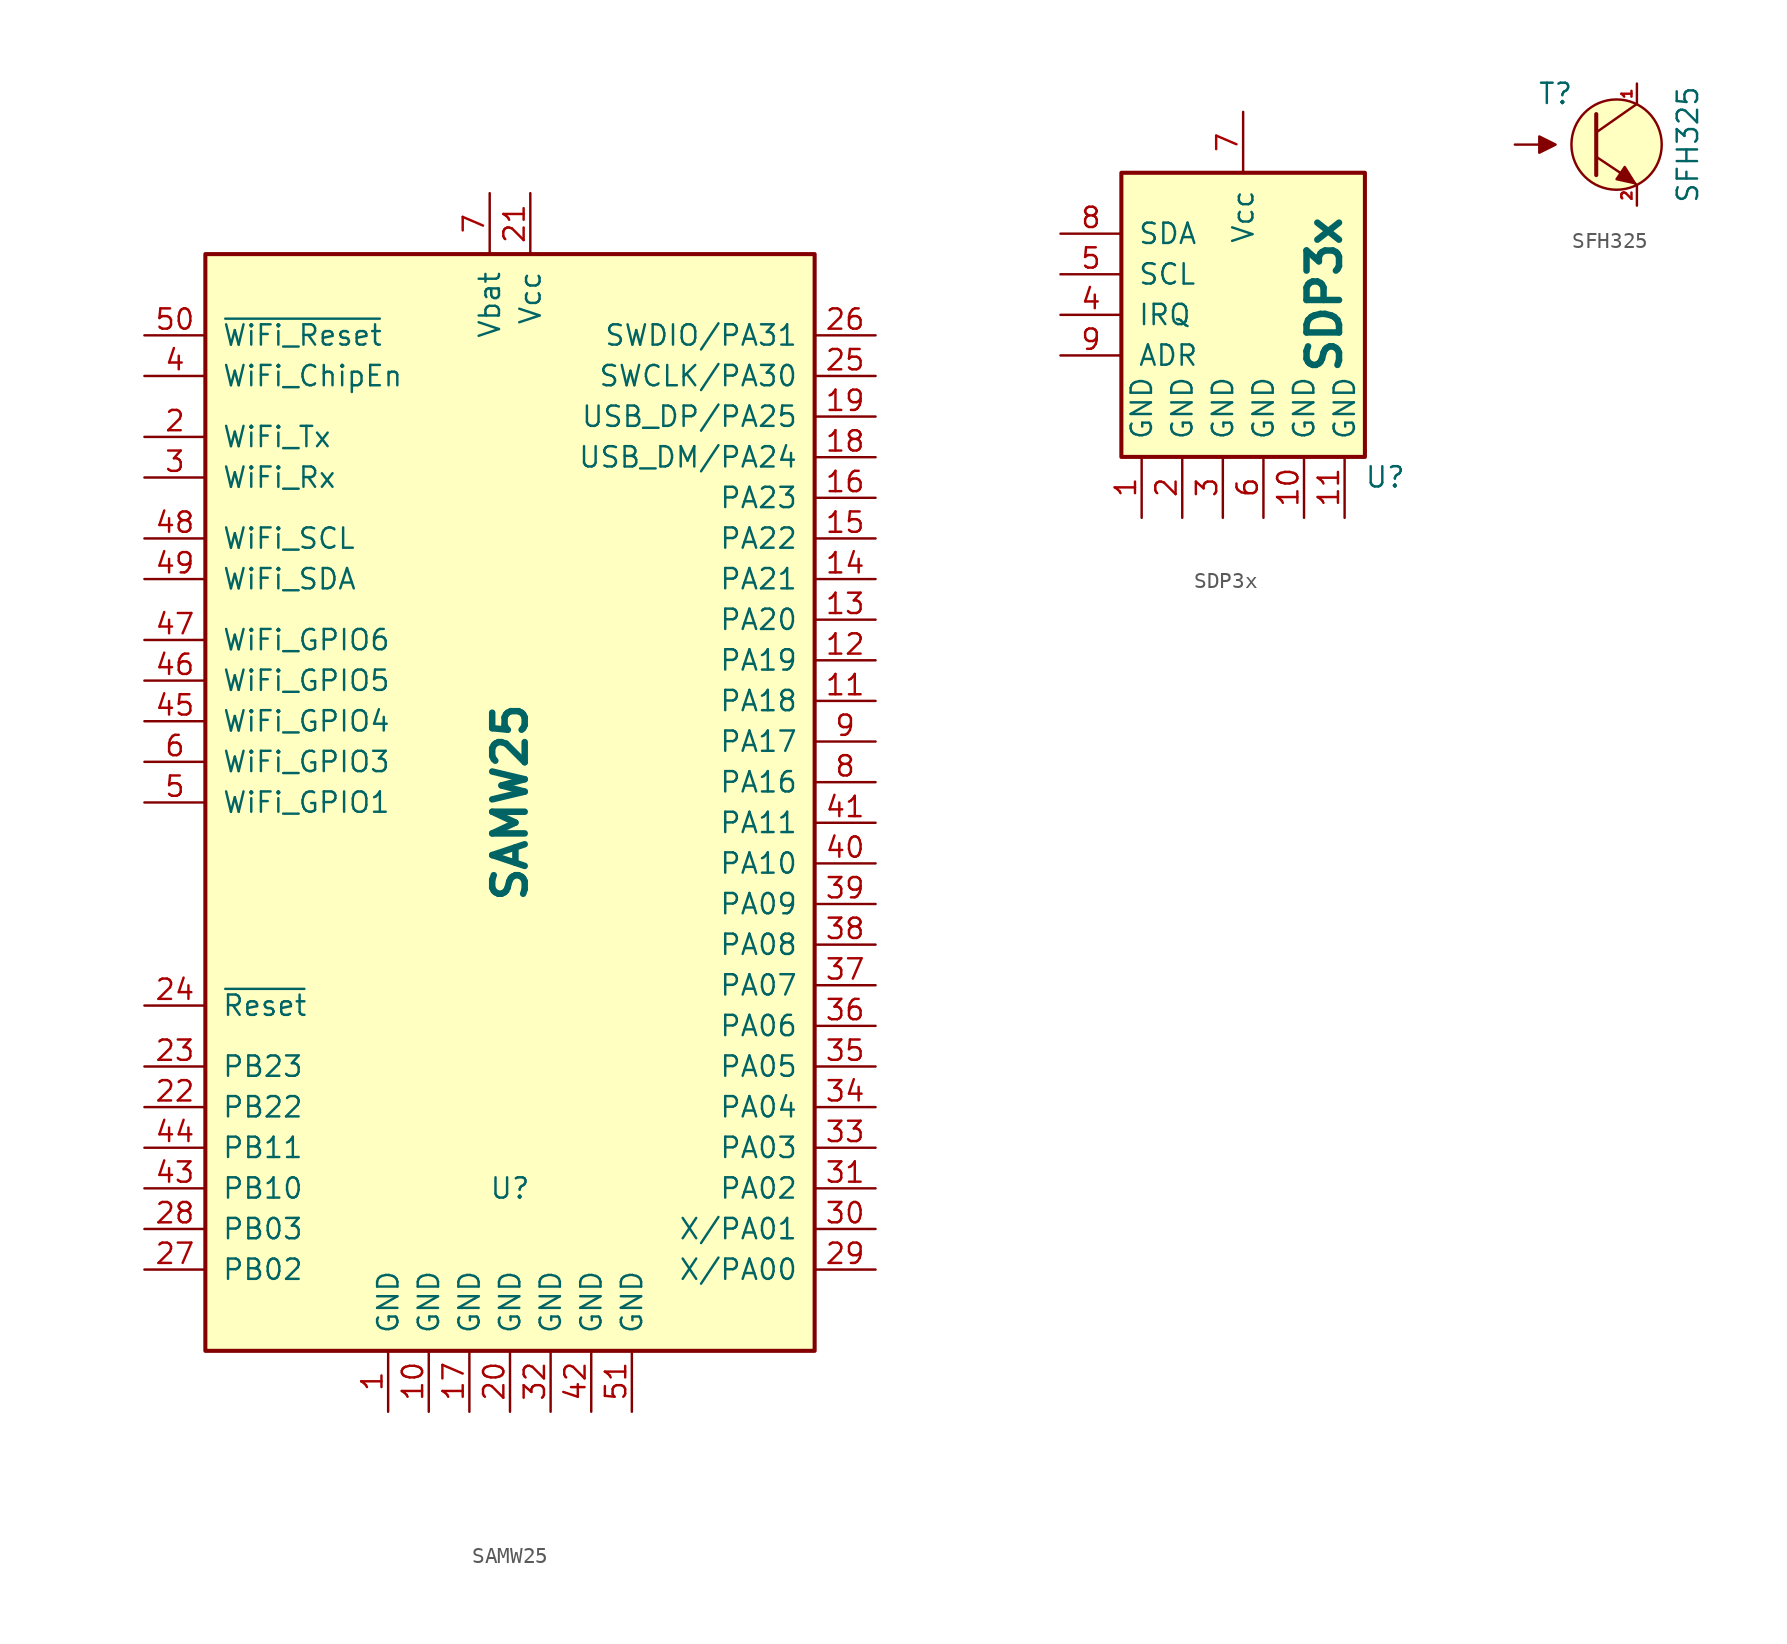
<source format=kicad_sym>
(kicad_symbol_lib
  (version 20231120)
  (generator "kicad_symbol_editor")
  (generator_version "8.0")
  (symbol "SAMW25"
    (pin_names
      (offset 1.016))
    (property "Reference" "U"
      (at 0 -24.13 0)
      (effects (font (size 1.27 1.27))))
    (property "Value" "SAMW25"
      (at 0 0 90)
      (effects (font (size 2.032 2.032) (bold yes))))
    (symbol "SAMW25_0_1"
      (rectangle (start -19.05 34.29) (end 19.05 -34.29) (stroke (width 0.254) (type default)) (fill (type background))))
    (symbol "SAMW25_1_1"
      (pin passive line (at -7.62 -38.1 90) (length 3.81) (name "GND" (effects (font (size 1.27 1.27)))) (number "1" (effects (font (size 1.27 1.27)))))
      (pin passive line (at -5.08 -38.1 90) (length 3.81) (name "GND" (effects (font (size 1.27 1.27)))) (number "10" (effects (font (size 1.27 1.27)))))
      (pin passive line (at 22.86 6.35 180) (length 3.81) (name "PA18" (effects (font (size 1.27 1.27)))) (number "11" (effects (font (size 1.27 1.27)))))
      (pin passive line (at 22.86 8.89 180) (length 3.81) (name "PA19" (effects (font (size 1.27 1.27)))) (number "12" (effects (font (size 1.27 1.27)))))
      (pin passive line (at 22.86 11.43 180) (length 3.81) (name "PA20" (effects (font (size 1.27 1.27)))) (number "13" (effects (font (size 1.27 1.27)))))
      (pin passive line (at 22.86 13.97 180) (length 3.81) (name "PA21" (effects (font (size 1.27 1.27)))) (number "14" (effects (font (size 1.27 1.27)))))
      (pin passive line (at 22.86 16.51 180) (length 3.81) (name "PA22" (effects (font (size 1.27 1.27)))) (number "15" (effects (font (size 1.27 1.27)))))
      (pin passive line (at 22.86 19.05 180) (length 3.81) (name "PA23" (effects (font (size 1.27 1.27)))) (number "16" (effects (font (size 1.27 1.27)))))
      (pin passive line (at -2.54 -38.1 90) (length 3.81) (name "GND" (effects (font (size 1.27 1.27)))) (number "17" (effects (font (size 1.27 1.27)))))
      (pin passive line (at 22.86 21.59 180) (length 3.81) (name "USB_DM/PA24" (effects (font (size 1.27 1.27)))) (number "18" (effects (font (size 1.27 1.27)))))
      (pin passive line (at 22.86 24.13 180) (length 3.81) (name "USB_DP/PA25" (effects (font (size 1.27 1.27)))) (number "19" (effects (font (size 1.27 1.27)))))
      (pin passive line (at -22.86 22.86 0) (length 3.81) (name "WiFi_Tx" (effects (font (size 1.27 1.27)))) (number "2" (effects (font (size 1.27 1.27)))))
      (pin passive line (at 0 -38.1 90) (length 3.81) (name "GND" (effects (font (size 1.27 1.27)))) (number "20" (effects (font (size 1.27 1.27)))))
      (pin passive line (at 1.27 38.1 270) (length 3.81) (name "Vcc" (effects (font (size 1.27 1.27)))) (number "21" (effects (font (size 1.27 1.27)))))
      (pin passive line (at -22.86 -19.05 0) (length 3.81) (name "PB22" (effects (font (size 1.27 1.27)))) (number "22" (effects (font (size 1.27 1.27)))))
      (pin passive line (at -22.86 -16.51 0) (length 3.81) (name "PB23" (effects (font (size 1.27 1.27)))) (number "23" (effects (font (size 1.27 1.27)))))
      (pin passive line (at -22.86 -12.7 0) (length 3.81) (name "~{Reset}" (effects (font (size 1.27 1.27)))) (number "24" (effects (font (size 1.27 1.27)))))
      (pin passive line (at 22.86 26.67 180) (length 3.81) (name "SWCLK/PA30" (effects (font (size 1.27 1.27)))) (number "25" (effects (font (size 1.27 1.27)))))
      (pin passive line (at 22.86 29.21 180) (length 3.81) (name "SWDIO/PA31" (effects (font (size 1.27 1.27)))) (number "26" (effects (font (size 1.27 1.27)))))
      (pin passive line (at -22.86 -29.21 0) (length 3.81) (name "PB02" (effects (font (size 1.27 1.27)))) (number "27" (effects (font (size 1.27 1.27)))))
      (pin passive line (at -22.86 -26.67 0) (length 3.81) (name "PB03" (effects (font (size 1.27 1.27)))) (number "28" (effects (font (size 1.27 1.27)))))
      (pin passive line (at 22.86 -29.21 180) (length 3.81) (name "X/PA00" (effects (font (size 1.27 1.27)))) (number "29" (effects (font (size 1.27 1.27)))))
      (pin passive line (at -22.86 20.32 0) (length 3.81) (name "WiFi_Rx" (effects (font (size 1.27 1.27)))) (number "3" (effects (font (size 1.27 1.27)))))
      (pin passive line (at 22.86 -26.67 180) (length 3.81) (name "X/PA01" (effects (font (size 1.27 1.27)))) (number "30" (effects (font (size 1.27 1.27)))))
      (pin passive line (at 22.86 -24.13 180) (length 3.81) (name "PA02" (effects (font (size 1.27 1.27)))) (number "31" (effects (font (size 1.27 1.27)))))
      (pin passive line (at 2.54 -38.1 90) (length 3.81) (name "GND" (effects (font (size 1.27 1.27)))) (number "32" (effects (font (size 1.27 1.27)))))
      (pin passive line (at 22.86 -21.59 180) (length 3.81) (name "PA03" (effects (font (size 1.27 1.27)))) (number "33" (effects (font (size 1.27 1.27)))))
      (pin passive line (at 22.86 -19.05 180) (length 3.81) (name "PA04" (effects (font (size 1.27 1.27)))) (number "34" (effects (font (size 1.27 1.27)))))
      (pin passive line (at 22.86 -16.51 180) (length 3.81) (name "PA05" (effects (font (size 1.27 1.27)))) (number "35" (effects (font (size 1.27 1.27)))))
      (pin passive line (at 22.86 -13.97 180) (length 3.81) (name "PA06" (effects (font (size 1.27 1.27)))) (number "36" (effects (font (size 1.27 1.27)))))
      (pin passive line (at 22.86 -11.43 180) (length 3.81) (name "PA07" (effects (font (size 1.27 1.27)))) (number "37" (effects (font (size 1.27 1.27)))))
      (pin passive line (at 22.86 -8.89 180) (length 3.81) (name "PA08" (effects (font (size 1.27 1.27)))) (number "38" (effects (font (size 1.27 1.27)))))
      (pin passive line (at 22.86 -6.35 180) (length 3.81) (name "PA09" (effects (font (size 1.27 1.27)))) (number "39" (effects (font (size 1.27 1.27)))))
      (pin passive line (at -22.86 26.67 0) (length 3.81) (name "WiFi_ChipEn" (effects (font (size 1.27 1.27)))) (number "4" (effects (font (size 1.27 1.27)))))
      (pin passive line (at 22.86 -3.81 180) (length 3.81) (name "PA10" (effects (font (size 1.27 1.27)))) (number "40" (effects (font (size 1.27 1.27)))))
      (pin passive line (at 22.86 -1.27 180) (length 3.81) (name "PA11" (effects (font (size 1.27 1.27)))) (number "41" (effects (font (size 1.27 1.27)))))
      (pin passive line (at 5.08 -38.1 90) (length 3.81) (name "GND" (effects (font (size 1.27 1.27)))) (number "42" (effects (font (size 1.27 1.27)))))
      (pin passive line (at -22.86 -24.13 0) (length 3.81) (name "PB10" (effects (font (size 1.27 1.27)))) (number "43" (effects (font (size 1.27 1.27)))))
      (pin passive line (at -22.86 -21.59 0) (length 3.81) (name "PB11" (effects (font (size 1.27 1.27)))) (number "44" (effects (font (size 1.27 1.27)))))
      (pin passive line (at -22.86 5.08 0) (length 3.81) (name "WiFi_GPIO4" (effects (font (size 1.27 1.27)))) (number "45" (effects (font (size 1.27 1.27)))))
      (pin passive line (at -22.86 7.62 0) (length 3.81) (name "WiFi_GPIO5" (effects (font (size 1.27 1.27)))) (number "46" (effects (font (size 1.27 1.27)))))
      (pin passive line (at -22.86 10.16 0) (length 3.81) (name "WiFi_GPIO6" (effects (font (size 1.27 1.27)))) (number "47" (effects (font (size 1.27 1.27)))))
      (pin passive line (at -22.86 16.51 0) (length 3.81) (name "WiFi_SCL" (effects (font (size 1.27 1.27)))) (number "48" (effects (font (size 1.27 1.27)))))
      (pin passive line (at -22.86 13.97 0) (length 3.81) (name "WiFi_SDA" (effects (font (size 1.27 1.27)))) (number "49" (effects (font (size 1.27 1.27)))))
      (pin passive line (at -22.86 0 0) (length 3.81) (name "WiFi_GPIO1" (effects (font (size 1.27 1.27)))) (number "5" (effects (font (size 1.27 1.27)))))
      (pin passive line (at -22.86 29.21 0) (length 3.81) (name "~{WiFi_Reset}" (effects (font (size 1.27 1.27)))) (number "50" (effects (font (size 1.27 1.27)))))
      (pin passive line (at 7.62 -38.1 90) (length 3.81) (name "GND" (effects (font (size 1.27 1.27)))) (number "51" (effects (font (size 1.27 1.27)))))
      (pin passive line (at -22.86 2.54 0) (length 3.81) (name "WiFi_GPIO3" (effects (font (size 1.27 1.27)))) (number "6" (effects (font (size 1.27 1.27)))))
      (pin passive line (at -1.27 38.1 270) (length 3.81) (name "Vbat" (effects (font (size 1.27 1.27)))) (number "7" (effects (font (size 1.27 1.27)))))
      (pin passive line (at 22.86 1.27 180) (length 3.81) (name "PA16" (effects (font (size 1.27 1.27)))) (number "8" (effects (font (size 1.27 1.27)))))
      (pin passive line (at 22.86 3.81 180) (length 3.81) (name "PA17" (effects (font (size 1.27 1.27)))) (number "9" (effects (font (size 1.27 1.27)))))))
  (symbol "SDP3x"
    (pin_names
      (offset 1.016))
    (property "Reference" "U"
      (at 8.89 -10.16 0)
      (effects (font (size 1.27 1.27))))
    (property "Value" "SDP3x"
      (at 5.08 1.27 90)
      (effects (font (size 2.032 2.032) (bold yes))))
    (symbol "SDP3x_0_1"
      (rectangle (start -7.62 8.89) (end 7.62 -8.89) (stroke (width 0.254) (type default)) (fill (type background))))
    (symbol "SDP3x_1_1"
      (pin passive line (at -6.35 -12.7 90) (length 3.81) (name "GND" (effects (font (size 1.27 1.27)))) (number "1" (effects (font (size 1.27 1.27)))))
      (pin passive line (at 3.81 -12.7 90) (length 3.81) (name "GND" (effects (font (size 1.27 1.27)))) (number "10" (effects (font (size 1.27 1.27)))))
      (pin passive line (at 6.35 -12.7 90) (length 3.81) (name "GND" (effects (font (size 1.27 1.27)))) (number "11" (effects (font (size 1.27 1.27)))))
      (pin passive line (at -3.81 -12.7 90) (length 3.81) (name "GND" (effects (font (size 1.27 1.27)))) (number "2" (effects (font (size 1.27 1.27)))))
      (pin passive line (at -1.27 -12.7 90) (length 3.81) (name "GND" (effects (font (size 1.27 1.27)))) (number "3" (effects (font (size 1.27 1.27)))))
      (pin passive line (at -11.43 0 0) (length 3.81) (name "IRQ" (effects (font (size 1.27 1.27)))) (number "4" (effects (font (size 1.27 1.27)))))
      (pin passive line (at -11.43 2.54 0) (length 3.81) (name "SCL" (effects (font (size 1.27 1.27)))) (number "5" (effects (font (size 1.27 1.27)))))
      (pin passive line (at 1.27 -12.7 90) (length 3.81) (name "GND" (effects (font (size 1.27 1.27)))) (number "6" (effects (font (size 1.27 1.27)))))
      (pin passive line (at 0 12.7 270) (length 3.81) (name "Vcc" (effects (font (size 1.27 1.27)))) (number "7" (effects (font (size 1.27 1.27)))))
      (pin passive line (at -11.43 5.08 0) (length 3.81) (name "SDA" (effects (font (size 1.27 1.27)))) (number "8" (effects (font (size 1.27 1.27)))))
      (pin passive line (at -11.43 -2.54 0) (length 3.81) (name "ADR" (effects (font (size 1.27 1.27)))) (number "9" (effects (font (size 1.27 1.27)))))))
  (symbol "SFH325"
    (pin_names
      (offset 0) hide)
    (property "Reference" "T"
      (at -2.54 3.175 0)
      (effects (font (size 1.27 1.27))))
    (property "Value" "SFH325"
      (at 5.715 0 90)
      (effects (font (size 1.27 1.27))))
    (property "Datasheet" ""
      (at 0 0 0)
      (effects (font (size 1.524 1.524))))
    (symbol "SFH325_0_1"
      (polyline (pts (xy -3.556 0) (xy -5.08 0)) (stroke (width 0) (type default)) (fill (type none)))
      (polyline (pts (xy 0 1.905) (xy 0 -1.905) (xy 0 -1.905)) (stroke (width 0.254) (type default)) (fill (type none)))
      (polyline (pts (xy 1.524 -1.778) (xy 0 -0.762) (xy 0 -0.762)) (stroke (width 0) (type default)) (fill (type none)))
      (polyline (pts (xy 2.286 -2.286) (xy 2.54 -2.54) (xy 2.54 -2.54)) (stroke (width 0) (type default)) (fill (type none)))
      (polyline (pts (xy -2.54 0) (xy -3.556 0.508) (xy -3.556 -0.508) (xy -2.54 0)) (stroke (width 0) (type default)) (fill (type outline)))
      (polyline (pts (xy 2.54 2.54) (xy 0 0.762) (xy 0 0.762) (xy 0 0.762)) (stroke (width 0) (type default)) (fill (type none)))
      (polyline (pts (xy 1.27 -2.159) (xy 2.413 -2.413) (xy 1.778 -1.397) (xy 1.27 -2.159) (xy 1.27 -2.159)) (stroke (width 0) (type default)) (fill (type outline)))
      (circle (center 1.27 0) (radius 2.819) (stroke (width 0) (type default)) (fill (type background))))
    (symbol "SFH325_1_1"
      (pin passive line (at 2.54 3.81 270) (length 1.27) (name "C" (effects (font (size 0.635 0.635)))) (number "1" (effects (font (size 0.635 0.635)))))
      (pin passive line (at 2.54 -3.81 90) (length 1.27) (name "E" (effects (font (size 0.635 0.635)))) (number "2" (effects (font (size 0.635 0.635))))))))
</source>
